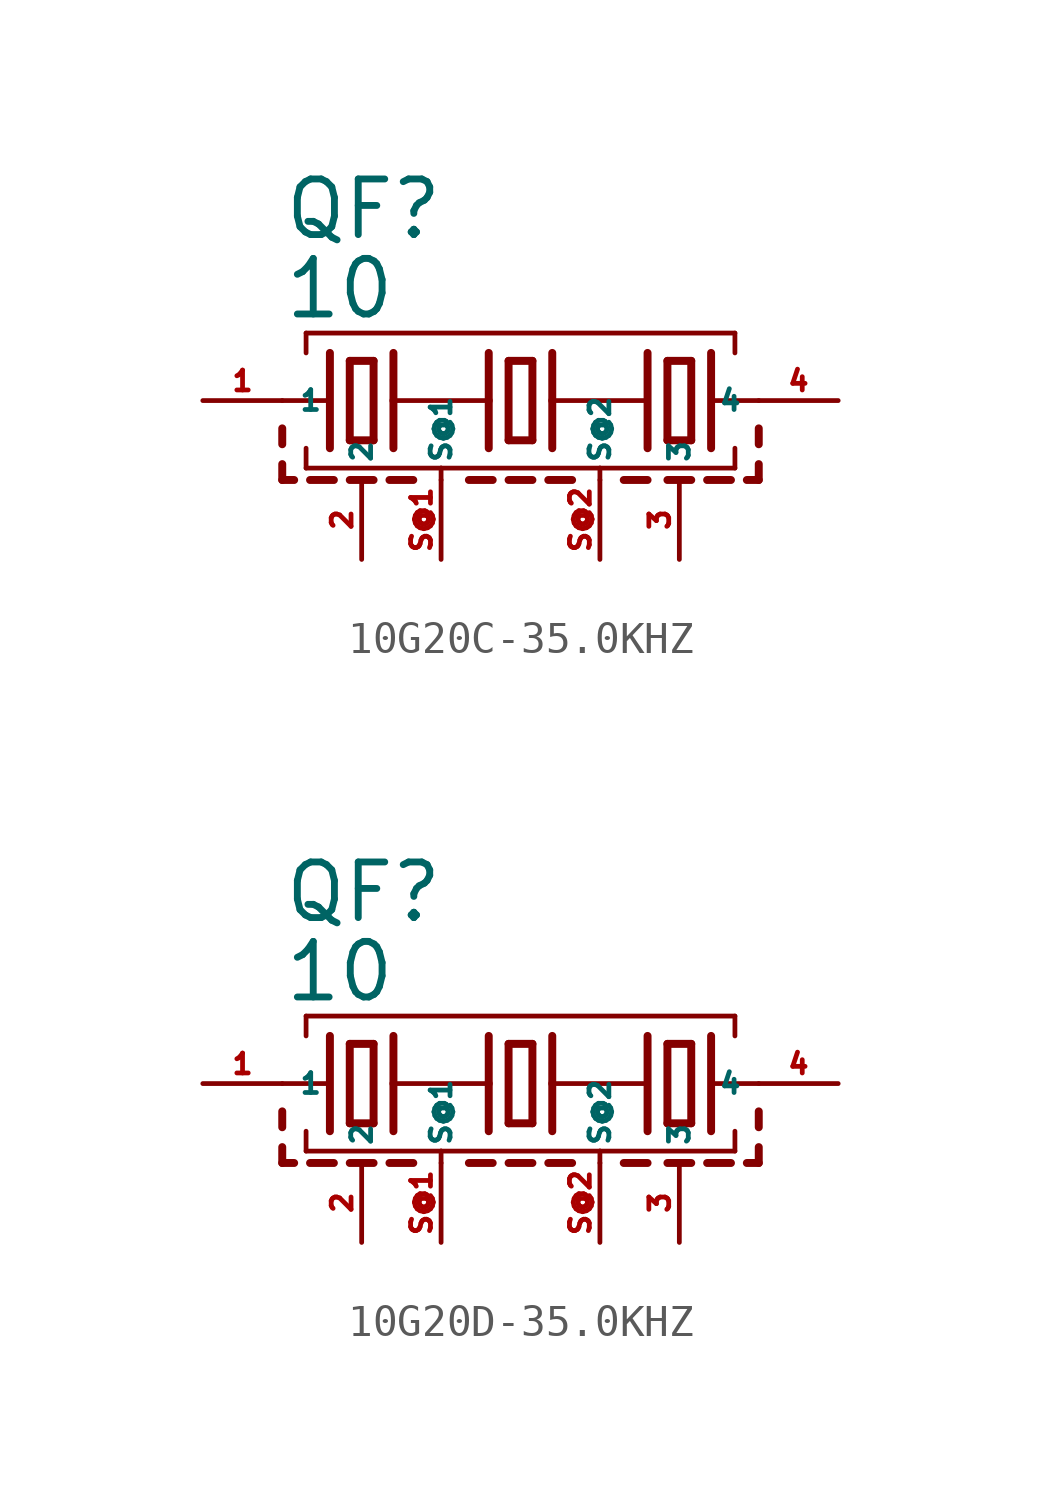
<source format=kicad_sym>
(kicad_symbol_lib
  (version 20220914)
  (generator Eagle2Kicad)
  (symbol "10G20C-35.0KHZ"
    (property "Reference" "QF"
      (at -7.62 5.08 0)
      (effects (font (size 1.778 1.778) (thickness 0.22)) (justify left bottom)))
    (property "Value" "10"
      (at -7.62 2.54 0)
      (effects (font (size 1.778 1.778) (thickness 0.22)) (justify left bottom)))
    (polyline
      (pts (xy 6.096 0) (xy 7.62 0))
      (stroke (width 0.152) (type default))
      (fill (type none)))
    (polyline
      (pts (xy -7.62 0) (xy -6.096 0))
      (stroke (width 0.152) (type default))
      (fill (type none)))
    (polyline
      (pts (xy -0.381 1.27) (xy -0.381 -1.27))
      (stroke (width 0.254) (type default))
      (fill (type none)))
    (polyline
      (pts (xy -0.381 -1.27) (xy 0.381 -1.27))
      (stroke (width 0.254) (type default))
      (fill (type none)))
    (polyline
      (pts (xy 0.381 -1.27) (xy 0.381 1.27))
      (stroke (width 0.254) (type default))
      (fill (type none)))
    (polyline
      (pts (xy 0.381 1.27) (xy -0.381 1.27))
      (stroke (width 0.254) (type default))
      (fill (type none)))
    (polyline
      (pts (xy 6.096 1.524) (xy 6.096 -1.524))
      (stroke (width 0.254) (type default))
      (fill (type none)))
    (polyline
      (pts (xy -6.096 1.524) (xy -6.096 -1.524))
      (stroke (width 0.254) (type default))
      (fill (type none)))
    (polyline
      (pts (xy -6.858 1.524) (xy -6.858 2.159))
      (stroke (width 0.152) (type default))
      (fill (type none)))
    (polyline
      (pts (xy -6.858 2.159) (xy 6.858 2.159))
      (stroke (width 0.152) (type default))
      (fill (type none)))
    (polyline
      (pts (xy 6.858 2.159) (xy 6.858 1.524))
      (stroke (width 0.152) (type default))
      (fill (type none)))
    (polyline
      (pts (xy 6.858 -1.524) (xy 6.858 -2.159))
      (stroke (width 0.152) (type default))
      (fill (type none)))
    (polyline
      (pts (xy -6.858 -2.159) (xy -2.54 -2.159))
      (stroke (width 0.152) (type default))
      (fill (type none)))
    (polyline
      (pts (xy -2.54 -2.159) (xy 2.54 -2.159))
      (stroke (width 0.152) (type default))
      (fill (type none)))
    (polyline
      (pts (xy 2.54 -2.159) (xy 6.858 -2.159))
      (stroke (width 0.152) (type default))
      (fill (type none)))
    (polyline
      (pts (xy -6.858 -2.159) (xy -6.858 -1.524))
      (stroke (width 0.152) (type default))
      (fill (type none)))
    (polyline
      (pts (xy -1.016 1.524) (xy -1.016 0))
      (stroke (width 0.254) (type default))
      (fill (type none)))
    (polyline
      (pts (xy -1.016 0) (xy -1.016 -1.524))
      (stroke (width 0.254) (type default))
      (fill (type none)))
    (polyline
      (pts (xy 1.016 1.524) (xy 1.016 0))
      (stroke (width 0.254) (type default))
      (fill (type none)))
    (polyline
      (pts (xy 1.016 0) (xy 1.016 -1.524))
      (stroke (width 0.254) (type default))
      (fill (type none)))
    (polyline
      (pts (xy -4.699 1.27) (xy -5.461 1.27))
      (stroke (width 0.254) (type default))
      (fill (type none)))
    (polyline
      (pts (xy -5.461 -1.27) (xy -4.699 -1.27))
      (stroke (width 0.254) (type default))
      (fill (type none)))
    (polyline
      (pts (xy -5.461 1.27) (xy -5.461 -1.27))
      (stroke (width 0.254) (type default))
      (fill (type none)))
    (polyline
      (pts (xy -4.699 -1.27) (xy -4.699 1.27))
      (stroke (width 0.254) (type default))
      (fill (type none)))
    (polyline
      (pts (xy 5.461 -1.27) (xy 5.461 1.27))
      (stroke (width 0.254) (type default))
      (fill (type none)))
    (polyline
      (pts (xy 4.699 1.27) (xy 4.699 -1.27))
      (stroke (width 0.254) (type default))
      (fill (type none)))
    (polyline
      (pts (xy 5.461 1.27) (xy 4.699 1.27))
      (stroke (width 0.254) (type default))
      (fill (type none)))
    (polyline
      (pts (xy 4.699 -1.27) (xy 5.461 -1.27))
      (stroke (width 0.254) (type default))
      (fill (type none)))
    (polyline
      (pts (xy 4.064 1.524) (xy 4.064 -1.524))
      (stroke (width 0.254) (type default))
      (fill (type none)))
    (polyline
      (pts (xy -4.064 1.524) (xy -4.064 0))
      (stroke (width 0.254) (type default))
      (fill (type none)))
    (polyline
      (pts (xy -4.064 0) (xy -4.064 -1.524))
      (stroke (width 0.254) (type default))
      (fill (type none)))
    (polyline
      (pts (xy -4.064 0) (xy -1.016 0))
      (stroke (width 0.152) (type default))
      (fill (type none)))
    (polyline
      (pts (xy 1.016 0) (xy 4.064 0))
      (stroke (width 0.152) (type default))
      (fill (type none)))
    (polyline
      (pts (xy -7.62 -2.032) (xy -7.62 -2.54))
      (stroke (width 0.254) (type default))
      (fill (type none)))
    (polyline
      (pts (xy -7.62 -2.54) (xy -7.239 -2.54))
      (stroke (width 0.254) (type default))
      (fill (type none)))
    (polyline
      (pts (xy -5.461 -2.54) (xy -4.699 -2.54))
      (stroke (width 0.254) (type default))
      (fill (type none)))
    (polyline
      (pts (xy -6.731 -2.54) (xy -5.969 -2.54))
      (stroke (width 0.254) (type default))
      (fill (type none)))
    (polyline
      (pts (xy 4.699 -2.54) (xy 5.461 -2.54))
      (stroke (width 0.254) (type default))
      (fill (type none)))
    (polyline
      (pts (xy -4.191 -2.54) (xy -3.429 -2.54))
      (stroke (width 0.254) (type default))
      (fill (type none)))
    (polyline
      (pts (xy -1.651 -2.54) (xy -0.889 -2.54))
      (stroke (width 0.254) (type default))
      (fill (type none)))
    (polyline
      (pts (xy -0.381 -2.54) (xy 0.381 -2.54))
      (stroke (width 0.254) (type default))
      (fill (type none)))
    (polyline
      (pts (xy 0.889 -2.54) (xy 1.651 -2.54))
      (stroke (width 0.254) (type default))
      (fill (type none)))
    (polyline
      (pts (xy 3.302 -2.54) (xy 4.064 -2.54))
      (stroke (width 0.254) (type default))
      (fill (type none)))
    (polyline
      (pts (xy -2.54 -2.54) (xy -2.54 -2.159))
      (stroke (width 0.152) (type default))
      (fill (type none)))
    (polyline
      (pts (xy 2.54 -2.54) (xy 2.54 -2.159))
      (stroke (width 0.152) (type default))
      (fill (type none)))
    (polyline
      (pts (xy 7.62 -2.54) (xy 7.239 -2.54))
      (stroke (width 0.254) (type default))
      (fill (type none)))
    (polyline
      (pts (xy 6.731 -2.54) (xy 5.969 -2.54))
      (stroke (width 0.254) (type default))
      (fill (type none)))
    (polyline
      (pts (xy 7.62 -2.032) (xy 7.62 -2.54))
      (stroke (width 0.254) (type default))
      (fill (type none)))
    (polyline
      (pts (xy -7.62 -0.889) (xy -7.62 -1.397))
      (stroke (width 0.254) (type default))
      (fill (type none)))
    (polyline
      (pts (xy 7.62 -0.889) (xy 7.62 -1.397))
      (stroke (width 0.254) (type default))
      (fill (type none)))
    (pin passive line
      (at 10.16 0 180)
      (length 2.54)
      (name "4" (effects (font (size 0.635 0.635) (thickness 0.08)) (justify left bottom)))
      (number "4" (effects (font (size 0.635 0.635) (thickness 0.08)) (justify left bottom))))
    (pin passive line
      (at -10.16 0 0)
      (length 2.54)
      (name "1" (effects (font (size 0.635 0.635) (thickness 0.08)) (justify left bottom)))
      (number "1" (effects (font (size 0.635 0.635) (thickness 0.08)) (justify left bottom))))
    (pin passive line
      (at -5.08 -5.08 90)
      (length 2.54)
      (name "2" (effects (font (size 0.635 0.635) (thickness 0.08)) (justify left bottom)))
      (number "2" (effects (font (size 0.635 0.635) (thickness 0.08)) (justify left bottom))))
    (pin passive line
      (at 5.08 -5.08 90)
      (length 2.54)
      (name "3" (effects (font (size 0.635 0.635) (thickness 0.08)) (justify left bottom)))
      (number "3" (effects (font (size 0.635 0.635) (thickness 0.08)) (justify left bottom))))
    (pin passive line
      (at -2.54 -5.08 90)
      (length 2.54)
      (name "S@1" (effects (font (size 0.635 0.635) (thickness 0.08)) (justify left bottom)))
      (number "S@1" (effects (font (size 0.635 0.635) (thickness 0.08)) (justify left bottom))))
    (pin passive line
      (at 2.54 -5.08 90)
      (length 2.54)
      (name "S@2" (effects (font (size 0.635 0.635) (thickness 0.08)) (justify left bottom)))
      (number "S@2" (effects (font (size 0.635 0.635) (thickness 0.08)) (justify left bottom)))))
  (symbol "10G20D-35.0KHZ"
    (property "Reference" "QF"
      (at -7.62 5.08 0)
      (effects (font (size 1.778 1.778) (thickness 0.22)) (justify left bottom)))
    (property "Value" "10"
      (at -7.62 2.54 0)
      (effects (font (size 1.778 1.778) (thickness 0.22)) (justify left bottom)))
    (polyline
      (pts (xy 6.096 0) (xy 7.62 0))
      (stroke (width 0.152) (type default))
      (fill (type none)))
    (polyline
      (pts (xy -7.62 0) (xy -6.096 0))
      (stroke (width 0.152) (type default))
      (fill (type none)))
    (polyline
      (pts (xy -0.381 1.27) (xy -0.381 -1.27))
      (stroke (width 0.254) (type default))
      (fill (type none)))
    (polyline
      (pts (xy -0.381 -1.27) (xy 0.381 -1.27))
      (stroke (width 0.254) (type default))
      (fill (type none)))
    (polyline
      (pts (xy 0.381 -1.27) (xy 0.381 1.27))
      (stroke (width 0.254) (type default))
      (fill (type none)))
    (polyline
      (pts (xy 0.381 1.27) (xy -0.381 1.27))
      (stroke (width 0.254) (type default))
      (fill (type none)))
    (polyline
      (pts (xy 6.096 1.524) (xy 6.096 -1.524))
      (stroke (width 0.254) (type default))
      (fill (type none)))
    (polyline
      (pts (xy -6.096 1.524) (xy -6.096 -1.524))
      (stroke (width 0.254) (type default))
      (fill (type none)))
    (polyline
      (pts (xy -6.858 1.524) (xy -6.858 2.159))
      (stroke (width 0.152) (type default))
      (fill (type none)))
    (polyline
      (pts (xy -6.858 2.159) (xy 6.858 2.159))
      (stroke (width 0.152) (type default))
      (fill (type none)))
    (polyline
      (pts (xy 6.858 2.159) (xy 6.858 1.524))
      (stroke (width 0.152) (type default))
      (fill (type none)))
    (polyline
      (pts (xy 6.858 -1.524) (xy 6.858 -2.159))
      (stroke (width 0.152) (type default))
      (fill (type none)))
    (polyline
      (pts (xy -6.858 -2.159) (xy -2.54 -2.159))
      (stroke (width 0.152) (type default))
      (fill (type none)))
    (polyline
      (pts (xy -2.54 -2.159) (xy 2.54 -2.159))
      (stroke (width 0.152) (type default))
      (fill (type none)))
    (polyline
      (pts (xy 2.54 -2.159) (xy 6.858 -2.159))
      (stroke (width 0.152) (type default))
      (fill (type none)))
    (polyline
      (pts (xy -6.858 -2.159) (xy -6.858 -1.524))
      (stroke (width 0.152) (type default))
      (fill (type none)))
    (polyline
      (pts (xy -1.016 1.524) (xy -1.016 0))
      (stroke (width 0.254) (type default))
      (fill (type none)))
    (polyline
      (pts (xy -1.016 0) (xy -1.016 -1.524))
      (stroke (width 0.254) (type default))
      (fill (type none)))
    (polyline
      (pts (xy 1.016 1.524) (xy 1.016 0))
      (stroke (width 0.254) (type default))
      (fill (type none)))
    (polyline
      (pts (xy 1.016 0) (xy 1.016 -1.524))
      (stroke (width 0.254) (type default))
      (fill (type none)))
    (polyline
      (pts (xy -4.699 1.27) (xy -5.461 1.27))
      (stroke (width 0.254) (type default))
      (fill (type none)))
    (polyline
      (pts (xy -5.461 -1.27) (xy -4.699 -1.27))
      (stroke (width 0.254) (type default))
      (fill (type none)))
    (polyline
      (pts (xy -5.461 1.27) (xy -5.461 -1.27))
      (stroke (width 0.254) (type default))
      (fill (type none)))
    (polyline
      (pts (xy -4.699 -1.27) (xy -4.699 1.27))
      (stroke (width 0.254) (type default))
      (fill (type none)))
    (polyline
      (pts (xy 5.461 -1.27) (xy 5.461 1.27))
      (stroke (width 0.254) (type default))
      (fill (type none)))
    (polyline
      (pts (xy 4.699 1.27) (xy 4.699 -1.27))
      (stroke (width 0.254) (type default))
      (fill (type none)))
    (polyline
      (pts (xy 5.461 1.27) (xy 4.699 1.27))
      (stroke (width 0.254) (type default))
      (fill (type none)))
    (polyline
      (pts (xy 4.699 -1.27) (xy 5.461 -1.27))
      (stroke (width 0.254) (type default))
      (fill (type none)))
    (polyline
      (pts (xy 4.064 1.524) (xy 4.064 -1.524))
      (stroke (width 0.254) (type default))
      (fill (type none)))
    (polyline
      (pts (xy -4.064 1.524) (xy -4.064 0))
      (stroke (width 0.254) (type default))
      (fill (type none)))
    (polyline
      (pts (xy -4.064 0) (xy -4.064 -1.524))
      (stroke (width 0.254) (type default))
      (fill (type none)))
    (polyline
      (pts (xy -4.064 0) (xy -1.016 0))
      (stroke (width 0.152) (type default))
      (fill (type none)))
    (polyline
      (pts (xy 1.016 0) (xy 4.064 0))
      (stroke (width 0.152) (type default))
      (fill (type none)))
    (polyline
      (pts (xy -7.62 -2.032) (xy -7.62 -2.54))
      (stroke (width 0.254) (type default))
      (fill (type none)))
    (polyline
      (pts (xy -7.62 -2.54) (xy -7.239 -2.54))
      (stroke (width 0.254) (type default))
      (fill (type none)))
    (polyline
      (pts (xy -5.461 -2.54) (xy -4.699 -2.54))
      (stroke (width 0.254) (type default))
      (fill (type none)))
    (polyline
      (pts (xy -6.731 -2.54) (xy -5.969 -2.54))
      (stroke (width 0.254) (type default))
      (fill (type none)))
    (polyline
      (pts (xy 4.699 -2.54) (xy 5.461 -2.54))
      (stroke (width 0.254) (type default))
      (fill (type none)))
    (polyline
      (pts (xy -4.191 -2.54) (xy -3.429 -2.54))
      (stroke (width 0.254) (type default))
      (fill (type none)))
    (polyline
      (pts (xy -1.651 -2.54) (xy -0.889 -2.54))
      (stroke (width 0.254) (type default))
      (fill (type none)))
    (polyline
      (pts (xy -0.381 -2.54) (xy 0.381 -2.54))
      (stroke (width 0.254) (type default))
      (fill (type none)))
    (polyline
      (pts (xy 0.889 -2.54) (xy 1.651 -2.54))
      (stroke (width 0.254) (type default))
      (fill (type none)))
    (polyline
      (pts (xy 3.302 -2.54) (xy 4.064 -2.54))
      (stroke (width 0.254) (type default))
      (fill (type none)))
    (polyline
      (pts (xy -2.54 -2.54) (xy -2.54 -2.159))
      (stroke (width 0.152) (type default))
      (fill (type none)))
    (polyline
      (pts (xy 2.54 -2.54) (xy 2.54 -2.159))
      (stroke (width 0.152) (type default))
      (fill (type none)))
    (polyline
      (pts (xy 7.62 -2.54) (xy 7.239 -2.54))
      (stroke (width 0.254) (type default))
      (fill (type none)))
    (polyline
      (pts (xy 6.731 -2.54) (xy 5.969 -2.54))
      (stroke (width 0.254) (type default))
      (fill (type none)))
    (polyline
      (pts (xy 7.62 -2.032) (xy 7.62 -2.54))
      (stroke (width 0.254) (type default))
      (fill (type none)))
    (polyline
      (pts (xy -7.62 -0.889) (xy -7.62 -1.397))
      (stroke (width 0.254) (type default))
      (fill (type none)))
    (polyline
      (pts (xy 7.62 -0.889) (xy 7.62 -1.397))
      (stroke (width 0.254) (type default))
      (fill (type none)))
    (pin passive line
      (at 10.16 0 180)
      (length 2.54)
      (name "4" (effects (font (size 0.635 0.635) (thickness 0.08)) (justify left bottom)))
      (number "4" (effects (font (size 0.635 0.635) (thickness 0.08)) (justify left bottom))))
    (pin passive line
      (at -10.16 0 0)
      (length 2.54)
      (name "1" (effects (font (size 0.635 0.635) (thickness 0.08)) (justify left bottom)))
      (number "1" (effects (font (size 0.635 0.635) (thickness 0.08)) (justify left bottom))))
    (pin passive line
      (at -5.08 -5.08 90)
      (length 2.54)
      (name "2" (effects (font (size 0.635 0.635) (thickness 0.08)) (justify left bottom)))
      (number "2" (effects (font (size 0.635 0.635) (thickness 0.08)) (justify left bottom))))
    (pin passive line
      (at 5.08 -5.08 90)
      (length 2.54)
      (name "3" (effects (font (size 0.635 0.635) (thickness 0.08)) (justify left bottom)))
      (number "3" (effects (font (size 0.635 0.635) (thickness 0.08)) (justify left bottom))))
    (pin passive line
      (at -2.54 -5.08 90)
      (length 2.54)
      (name "S@1" (effects (font (size 0.635 0.635) (thickness 0.08)) (justify left bottom)))
      (number "S@1" (effects (font (size 0.635 0.635) (thickness 0.08)) (justify left bottom))))
    (pin passive line
      (at 2.54 -5.08 90)
      (length 2.54)
      (name "S@2" (effects (font (size 0.635 0.635) (thickness 0.08)) (justify left bottom)))
      (number "S@2" (effects (font (size 0.635 0.635) (thickness 0.08)) (justify left bottom))))))
</source>
